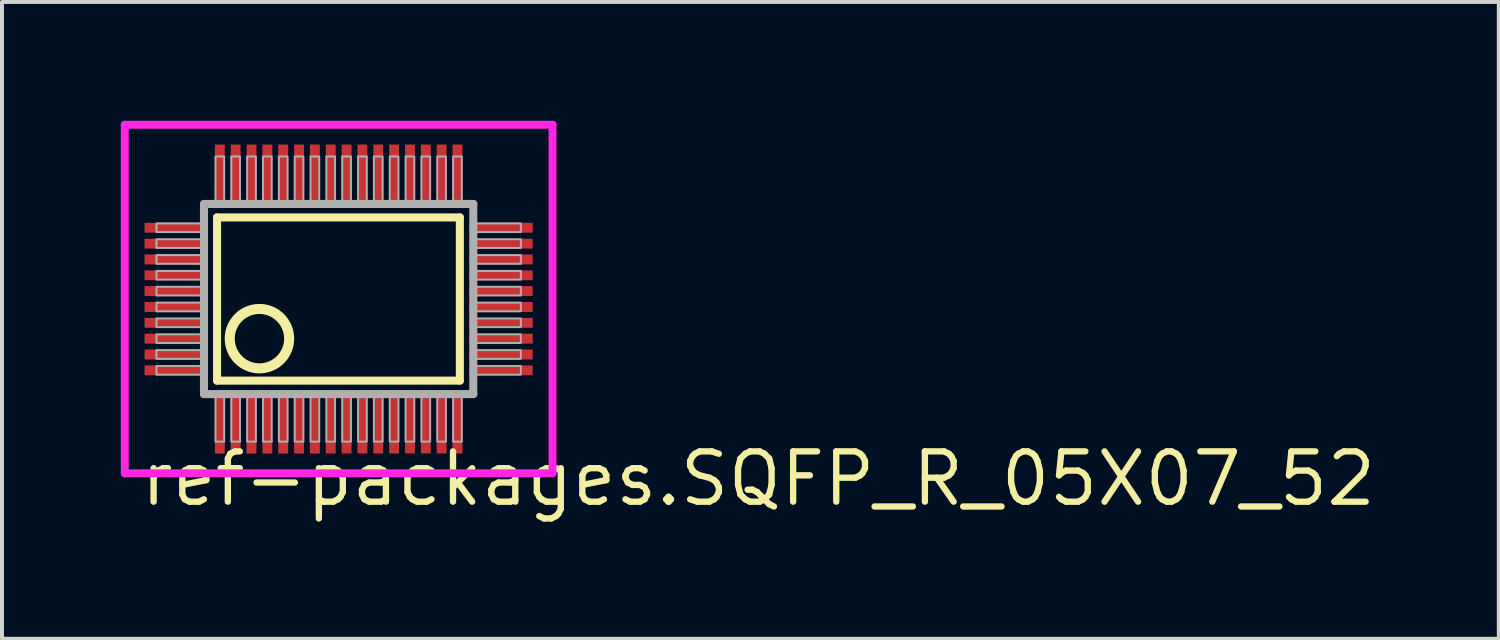
<source format=kicad_pcb>
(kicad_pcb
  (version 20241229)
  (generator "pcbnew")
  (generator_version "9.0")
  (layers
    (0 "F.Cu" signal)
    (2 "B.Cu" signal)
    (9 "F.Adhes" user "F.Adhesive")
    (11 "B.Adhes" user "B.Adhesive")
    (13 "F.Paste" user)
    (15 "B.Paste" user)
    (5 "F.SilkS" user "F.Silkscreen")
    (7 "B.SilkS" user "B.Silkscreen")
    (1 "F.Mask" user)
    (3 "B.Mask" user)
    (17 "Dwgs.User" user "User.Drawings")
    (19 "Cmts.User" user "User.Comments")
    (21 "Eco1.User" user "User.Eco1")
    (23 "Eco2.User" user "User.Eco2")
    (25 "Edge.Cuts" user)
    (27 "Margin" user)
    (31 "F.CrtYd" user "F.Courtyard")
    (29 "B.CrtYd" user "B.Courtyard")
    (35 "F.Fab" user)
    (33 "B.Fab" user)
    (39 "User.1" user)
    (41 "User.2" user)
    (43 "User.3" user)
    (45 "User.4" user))
  (footprint "ref-packages.SQFP_R_05X07_52"
    (layer "F.Cu")
    (at 5.5 4.5)
    (property "Reference" "ref-packages.SQFP_R_05X07_52" (at -5.08 5.28 0) (layer "F.SilkS") (effects (font (size 1.27 1.27) (thickness 0.16)) (justify left bottom)))
    (attr smd)
    (fp_line (start -3.07 -2.06) (end 3.06 -2.06) (stroke (width 0.203) (type default)) (layer "F.SilkS"))
    (fp_line (start -3.07 2.06) (end -3.07 -2.06) (stroke (width 0.203) (type default)) (layer "F.SilkS"))
    (fp_line (start 3.06 -2.06) (end 3.06 2.06) (stroke (width 0.203) (type default)) (layer "F.SilkS"))
    (fp_line (start 3.06 2.06) (end -3.07 2.06) (stroke (width 0.203) (type default)) (layer "F.SilkS"))
    (fp_circle (center -2 1) (end -1.25 1) (stroke (width 0.254) (type default)) (fill no) (layer "F.SilkS"))
    (fp_line (start -5.4 -4.4) (end 5.4 -4.4) (stroke (width 0.2) (type default)) (layer "F.CrtYd"))
    (fp_line (start -5.4 4.4) (end -5.4 -4.4) (stroke (width 0.2) (type default)) (layer "F.CrtYd"))
    (fp_line (start 5.4 -4.4) (end 5.4 4.4) (stroke (width 0.2) (type default)) (layer "F.CrtYd"))
    (fp_line (start 5.4 4.4) (end -5.4 4.4) (stroke (width 0.2) (type default)) (layer "F.CrtYd"))
    (fp_line (start -3.4 -2.4) (end -3.4 2.4) (stroke (width 0.203) (type default)) (layer "F.Fab"))
    (fp_line (start -3.4 2.4) (end 3.4 2.4) (stroke (width 0.203) (type default)) (layer "F.Fab"))
    (fp_line (start 3.4 -2.4) (end -3.4 -2.4) (stroke (width 0.203) (type default)) (layer "F.Fab"))
    (fp_line (start 3.4 2.4) (end 3.4 -2.4) (stroke (width 0.203) (type default)) (layer "F.Fab"))
    (fp_rect (start -4.6 -1.69) (end -3.45 -1.91) (stroke (width 0.05) (type default)) (fill no) (layer "F.Fab"))
    (fp_rect (start -4.6 -1.29) (end -3.45 -1.51) (stroke (width 0.05) (type default)) (fill no) (layer "F.Fab"))
    (fp_rect (start -4.6 -0.89) (end -3.45 -1.11) (stroke (width 0.05) (type default)) (fill no) (layer "F.Fab"))
    (fp_rect (start -4.6 -0.49) (end -3.45 -0.71) (stroke (width 0.05) (type default)) (fill no) (layer "F.Fab"))
    (fp_rect (start -4.6 -0.09) (end -3.45 -0.31) (stroke (width 0.05) (type default)) (fill no) (layer "F.Fab"))
    (fp_rect (start -4.6 0.31) (end -3.45 0.09) (stroke (width 0.05) (type default)) (fill no) (layer "F.Fab"))
    (fp_rect (start -4.6 0.71) (end -3.45 0.49) (stroke (width 0.05) (type default)) (fill no) (layer "F.Fab"))
    (fp_rect (start -4.6 1.11) (end -3.45 0.89) (stroke (width 0.05) (type default)) (fill no) (layer "F.Fab"))
    (fp_rect (start -4.6 1.51) (end -3.45 1.29) (stroke (width 0.05) (type default)) (fill no) (layer "F.Fab"))
    (fp_rect (start -4.6 1.91) (end -3.45 1.69) (stroke (width 0.05) (type default)) (fill no) (layer "F.Fab"))
    (fp_rect (start -3.11 -2.45) (end -2.89 -3.6) (stroke (width 0.05) (type default)) (fill no) (layer "F.Fab"))
    (fp_rect (start -3.11 3.6) (end -2.89 2.45) (stroke (width 0.05) (type default)) (fill no) (layer "F.Fab"))
    (fp_rect (start -2.71 -2.45) (end -2.49 -3.6) (stroke (width 0.05) (type default)) (fill no) (layer "F.Fab"))
    (fp_rect (start -2.71 3.6) (end -2.49 2.45) (stroke (width 0.05) (type default)) (fill no) (layer "F.Fab"))
    (fp_rect (start -2.31 -2.45) (end -2.09 -3.6) (stroke (width 0.05) (type default)) (fill no) (layer "F.Fab"))
    (fp_rect (start -2.31 3.6) (end -2.09 2.45) (stroke (width 0.05) (type default)) (fill no) (layer "F.Fab"))
    (fp_rect (start -1.91 -2.45) (end -1.69 -3.6) (stroke (width 0.05) (type default)) (fill no) (layer "F.Fab"))
    (fp_rect (start -1.91 3.6) (end -1.69 2.45) (stroke (width 0.05) (type default)) (fill no) (layer "F.Fab"))
    (fp_rect (start -1.51 -2.45) (end -1.29 -3.6) (stroke (width 0.05) (type default)) (fill no) (layer "F.Fab"))
    (fp_rect (start -1.51 3.6) (end -1.29 2.45) (stroke (width 0.05) (type default)) (fill no) (layer "F.Fab"))
    (fp_rect (start -1.11 -2.45) (end -0.89 -3.6) (stroke (width 0.05) (type default)) (fill no) (layer "F.Fab"))
    (fp_rect (start -1.11 3.6) (end -0.89 2.45) (stroke (width 0.05) (type default)) (fill no) (layer "F.Fab"))
    (fp_rect (start -0.71 -2.45) (end -0.49 -3.6) (stroke (width 0.05) (type default)) (fill no) (layer "F.Fab"))
    (fp_rect (start -0.71 3.6) (end -0.49 2.45) (stroke (width 0.05) (type default)) (fill no) (layer "F.Fab"))
    (fp_rect (start -0.31 -2.45) (end -0.09 -3.6) (stroke (width 0.05) (type default)) (fill no) (layer "F.Fab"))
    (fp_rect (start -0.31 3.6) (end -0.09 2.45) (stroke (width 0.05) (type default)) (fill no) (layer "F.Fab"))
    (fp_rect (start 0.09 -2.45) (end 0.31 -3.6) (stroke (width 0.05) (type default)) (fill no) (layer "F.Fab"))
    (fp_rect (start 0.09 3.6) (end 0.31 2.45) (stroke (width 0.05) (type default)) (fill no) (layer "F.Fab"))
    (fp_rect (start 0.49 -2.45) (end 0.71 -3.6) (stroke (width 0.05) (type default)) (fill no) (layer "F.Fab"))
    (fp_rect (start 0.49 3.6) (end 0.71 2.45) (stroke (width 0.05) (type default)) (fill no) (layer "F.Fab"))
    (fp_rect (start 0.89 -2.45) (end 1.11 -3.6) (stroke (width 0.05) (type default)) (fill no) (layer "F.Fab"))
    (fp_rect (start 0.89 3.6) (end 1.11 2.45) (stroke (width 0.05) (type default)) (fill no) (layer "F.Fab"))
    (fp_rect (start 1.29 -2.45) (end 1.51 -3.6) (stroke (width 0.05) (type default)) (fill no) (layer "F.Fab"))
    (fp_rect (start 1.29 3.6) (end 1.51 2.45) (stroke (width 0.05) (type default)) (fill no) (layer "F.Fab"))
    (fp_rect (start 1.69 -2.45) (end 1.91 -3.6) (stroke (width 0.05) (type default)) (fill no) (layer "F.Fab"))
    (fp_rect (start 1.69 3.6) (end 1.91 2.45) (stroke (width 0.05) (type default)) (fill no) (layer "F.Fab"))
    (fp_rect (start 2.09 -2.45) (end 2.31 -3.6) (stroke (width 0.05) (type default)) (fill no) (layer "F.Fab"))
    (fp_rect (start 2.09 3.6) (end 2.31 2.45) (stroke (width 0.05) (type default)) (fill no) (layer "F.Fab"))
    (fp_rect (start 2.49 -2.45) (end 2.71 -3.6) (stroke (width 0.05) (type default)) (fill no) (layer "F.Fab"))
    (fp_rect (start 2.49 3.6) (end 2.71 2.45) (stroke (width 0.05) (type default)) (fill no) (layer "F.Fab"))
    (fp_rect (start 2.89 -2.45) (end 3.11 -3.6) (stroke (width 0.05) (type default)) (fill no) (layer "F.Fab"))
    (fp_rect (start 2.89 3.6) (end 3.11 2.45) (stroke (width 0.05) (type default)) (fill no) (layer "F.Fab"))
    (fp_rect (start 3.45 -1.69) (end 4.6 -1.91) (stroke (width 0.05) (type default)) (fill no) (layer "F.Fab"))
    (fp_rect (start 3.45 -1.29) (end 4.6 -1.51) (stroke (width 0.05) (type default)) (fill no) (layer "F.Fab"))
    (fp_rect (start 3.45 -0.89) (end 4.6 -1.11) (stroke (width 0.05) (type default)) (fill no) (layer "F.Fab"))
    (fp_rect (start 3.45 -0.49) (end 4.6 -0.71) (stroke (width 0.05) (type default)) (fill no) (layer "F.Fab"))
    (fp_rect (start 3.45 -0.09) (end 4.6 -0.31) (stroke (width 0.05) (type default)) (fill no) (layer "F.Fab"))
    (fp_rect (start 3.45 0.31) (end 4.6 0.09) (stroke (width 0.05) (type default)) (fill no) (layer "F.Fab"))
    (fp_rect (start 3.45 0.71) (end 4.6 0.49) (stroke (width 0.05) (type default)) (fill no) (layer "F.Fab"))
    (fp_rect (start 3.45 1.11) (end 4.6 0.89) (stroke (width 0.05) (type default)) (fill no) (layer "F.Fab"))
    (fp_rect (start 3.45 1.51) (end 4.6 1.29) (stroke (width 0.05) (type default)) (fill no) (layer "F.Fab"))
    (fp_rect (start 3.45 1.91) (end 4.6 1.69) (stroke (width 0.05) (type default)) (fill no) (layer "F.Fab"))
    (pad "1" smd roundrect (at -3 3.1) (size 0.25 1.6) (layers "F.Cu" "F.Mask" "F.Paste") (roundrect_rratio 0.01))
    (pad "2" smd roundrect (at -2.6 3.1) (size 0.25 1.6) (layers "F.Cu" "F.Mask" "F.Paste") (roundrect_rratio 0.01))
    (pad "3" smd roundrect (at -2.2 3.1) (size 0.25 1.6) (layers "F.Cu" "F.Mask" "F.Paste") (roundrect_rratio 0.01))
    (pad "4" smd roundrect (at -1.8 3.1) (size 0.25 1.6) (layers "F.Cu" "F.Mask" "F.Paste") (roundrect_rratio 0.01))
    (pad "5" smd roundrect (at -1.4 3.1) (size 0.25 1.6) (layers "F.Cu" "F.Mask" "F.Paste") (roundrect_rratio 0.01))
    (pad "6" smd roundrect (at -1 3.1) (size 0.25 1.6) (layers "F.Cu" "F.Mask" "F.Paste") (roundrect_rratio 0.01))
    (pad "7" smd roundrect (at -0.6 3.1) (size 0.25 1.6) (layers "F.Cu" "F.Mask" "F.Paste") (roundrect_rratio 0.01))
    (pad "8" smd roundrect (at -0.2 3.1) (size 0.25 1.6) (layers "F.Cu" "F.Mask" "F.Paste") (roundrect_rratio 0.01))
    (pad "9" smd roundrect (at 0.2 3.1) (size 0.25 1.6) (layers "F.Cu" "F.Mask" "F.Paste") (roundrect_rratio 0.01))
    (pad "10" smd roundrect (at 0.6 3.1) (size 0.25 1.6) (layers "F.Cu" "F.Mask" "F.Paste") (roundrect_rratio 0.01))
    (pad "11" smd roundrect (at 1 3.1) (size 0.25 1.6) (layers "F.Cu" "F.Mask" "F.Paste") (roundrect_rratio 0.01))
    (pad "12" smd roundrect (at 1.4 3.1) (size 0.25 1.6) (layers "F.Cu" "F.Mask" "F.Paste") (roundrect_rratio 0.01))
    (pad "13" smd roundrect (at 1.8 3.1) (size 0.25 1.6) (layers "F.Cu" "F.Mask" "F.Paste") (roundrect_rratio 0.01))
    (pad "14" smd roundrect (at 2.2 3.1) (size 0.25 1.6) (layers "F.Cu" "F.Mask" "F.Paste") (roundrect_rratio 0.01))
    (pad "15" smd roundrect (at 2.6 3.1) (size 0.25 1.6) (layers "F.Cu" "F.Mask" "F.Paste") (roundrect_rratio 0.01))
    (pad "16" smd roundrect (at 3 3.1) (size 0.25 1.6) (layers "F.Cu" "F.Mask" "F.Paste") (roundrect_rratio 0.01))
    (pad "17" smd roundrect (at 4.1 1.8) (size 1.6 0.25) (layers "F.Cu" "F.Mask" "F.Paste") (roundrect_rratio 0.01))
    (pad "18" smd roundrect (at 4.1 1.4) (size 1.6 0.25) (layers "F.Cu" "F.Mask" "F.Paste") (roundrect_rratio 0.01))
    (pad "19" smd roundrect (at 4.1 1) (size 1.6 0.25) (layers "F.Cu" "F.Mask" "F.Paste") (roundrect_rratio 0.01))
    (pad "20" smd roundrect (at 4.1 0.6) (size 1.6 0.25) (layers "F.Cu" "F.Mask" "F.Paste") (roundrect_rratio 0.01))
    (pad "21" smd roundrect (at 4.1 0.2) (size 1.6 0.25) (layers "F.Cu" "F.Mask" "F.Paste") (roundrect_rratio 0.01))
    (pad "22" smd roundrect (at 4.1 -0.2) (size 1.6 0.25) (layers "F.Cu" "F.Mask" "F.Paste") (roundrect_rratio 0.01))
    (pad "23" smd roundrect (at 4.1 -0.6) (size 1.6 0.25) (layers "F.Cu" "F.Mask" "F.Paste") (roundrect_rratio 0.01))
    (pad "24" smd roundrect (at 4.1 -1) (size 1.6 0.25) (layers "F.Cu" "F.Mask" "F.Paste") (roundrect_rratio 0.01))
    (pad "25" smd roundrect (at 4.1 -1.4) (size 1.6 0.25) (layers "F.Cu" "F.Mask" "F.Paste") (roundrect_rratio 0.01))
    (pad "26" smd roundrect (at 4.1 -1.8) (size 1.6 0.25) (layers "F.Cu" "F.Mask" "F.Paste") (roundrect_rratio 0.01))
    (pad "27" smd roundrect (at 3 -3.1) (size 0.25 1.6) (layers "F.Cu" "F.Mask" "F.Paste") (roundrect_rratio 0.01))
    (pad "28" smd roundrect (at 2.6 -3.1) (size 0.25 1.6) (layers "F.Cu" "F.Mask" "F.Paste") (roundrect_rratio 0.01))
    (pad "29" smd roundrect (at 2.2 -3.1) (size 0.25 1.6) (layers "F.Cu" "F.Mask" "F.Paste") (roundrect_rratio 0.01))
    (pad "30" smd roundrect (at 1.8 -3.1) (size 0.25 1.6) (layers "F.Cu" "F.Mask" "F.Paste") (roundrect_rratio 0.01))
    (pad "31" smd roundrect (at 1.4 -3.1) (size 0.25 1.6) (layers "F.Cu" "F.Mask" "F.Paste") (roundrect_rratio 0.01))
    (pad "32" smd roundrect (at 1 -3.1) (size 0.25 1.6) (layers "F.Cu" "F.Mask" "F.Paste") (roundrect_rratio 0.01))
    (pad "33" smd roundrect (at 0.6 -3.1) (size 0.25 1.6) (layers "F.Cu" "F.Mask" "F.Paste") (roundrect_rratio 0.01))
    (pad "34" smd roundrect (at 0.2 -3.1) (size 0.25 1.6) (layers "F.Cu" "F.Mask" "F.Paste") (roundrect_rratio 0.01))
    (pad "35" smd roundrect (at -0.2 -3.1) (size 0.25 1.6) (layers "F.Cu" "F.Mask" "F.Paste") (roundrect_rratio 0.01))
    (pad "36" smd roundrect (at -0.6 -3.1) (size 0.25 1.6) (layers "F.Cu" "F.Mask" "F.Paste") (roundrect_rratio 0.01))
    (pad "37" smd roundrect (at -1 -3.1) (size 0.25 1.6) (layers "F.Cu" "F.Mask" "F.Paste") (roundrect_rratio 0.01))
    (pad "38" smd roundrect (at -1.4 -3.1) (size 0.25 1.6) (layers "F.Cu" "F.Mask" "F.Paste") (roundrect_rratio 0.01))
    (pad "39" smd roundrect (at -1.8 -3.1) (size 0.25 1.6) (layers "F.Cu" "F.Mask" "F.Paste") (roundrect_rratio 0.01))
    (pad "40" smd roundrect (at -2.2 -3.1) (size 0.25 1.6) (layers "F.Cu" "F.Mask" "F.Paste") (roundrect_rratio 0.01))
    (pad "41" smd roundrect (at -2.6 -3.1) (size 0.25 1.6) (layers "F.Cu" "F.Mask" "F.Paste") (roundrect_rratio 0.01))
    (pad "42" smd roundrect (at -3 -3.1) (size 0.25 1.6) (layers "F.Cu" "F.Mask" "F.Paste") (roundrect_rratio 0.01))
    (pad "43" smd roundrect (at -4.1 -1.8) (size 1.6 0.25) (layers "F.Cu" "F.Mask" "F.Paste") (roundrect_rratio 0.01))
    (pad "44" smd roundrect (at -4.1 -1.4) (size 1.6 0.25) (layers "F.Cu" "F.Mask" "F.Paste") (roundrect_rratio 0.01))
    (pad "45" smd roundrect (at -4.1 -1) (size 1.6 0.25) (layers "F.Cu" "F.Mask" "F.Paste") (roundrect_rratio 0.01))
    (pad "46" smd roundrect (at -4.1 -0.6) (size 1.6 0.25) (layers "F.Cu" "F.Mask" "F.Paste") (roundrect_rratio 0.01))
    (pad "47" smd roundrect (at -4.1 -0.2) (size 1.6 0.25) (layers "F.Cu" "F.Mask" "F.Paste") (roundrect_rratio 0.01))
    (pad "48" smd roundrect (at -4.1 0.2) (size 1.6 0.25) (layers "F.Cu" "F.Mask" "F.Paste") (roundrect_rratio 0.01))
    (pad "49" smd roundrect (at -4.1 0.6) (size 1.6 0.25) (layers "F.Cu" "F.Mask" "F.Paste") (roundrect_rratio 0.01))
    (pad "50" smd roundrect (at -4.1 1) (size 1.6 0.25) (layers "F.Cu" "F.Mask" "F.Paste") (roundrect_rratio 0.01))
    (pad "51" smd roundrect (at -4.1 1.4) (size 1.6 0.25) (layers "F.Cu" "F.Mask" "F.Paste") (roundrect_rratio 0.01))
    (pad "52" smd roundrect (at -4.1 1.8) (size 1.6 0.25) (layers "F.Cu" "F.Mask" "F.Paste") (roundrect_rratio 0.01)))
  (gr_rect
    (start -3 -3)
    (end 34.791 13.077)
    (stroke (width 0.1) (type default))
    (fill no)
    (layer "Edge.Cuts")))
</source>
